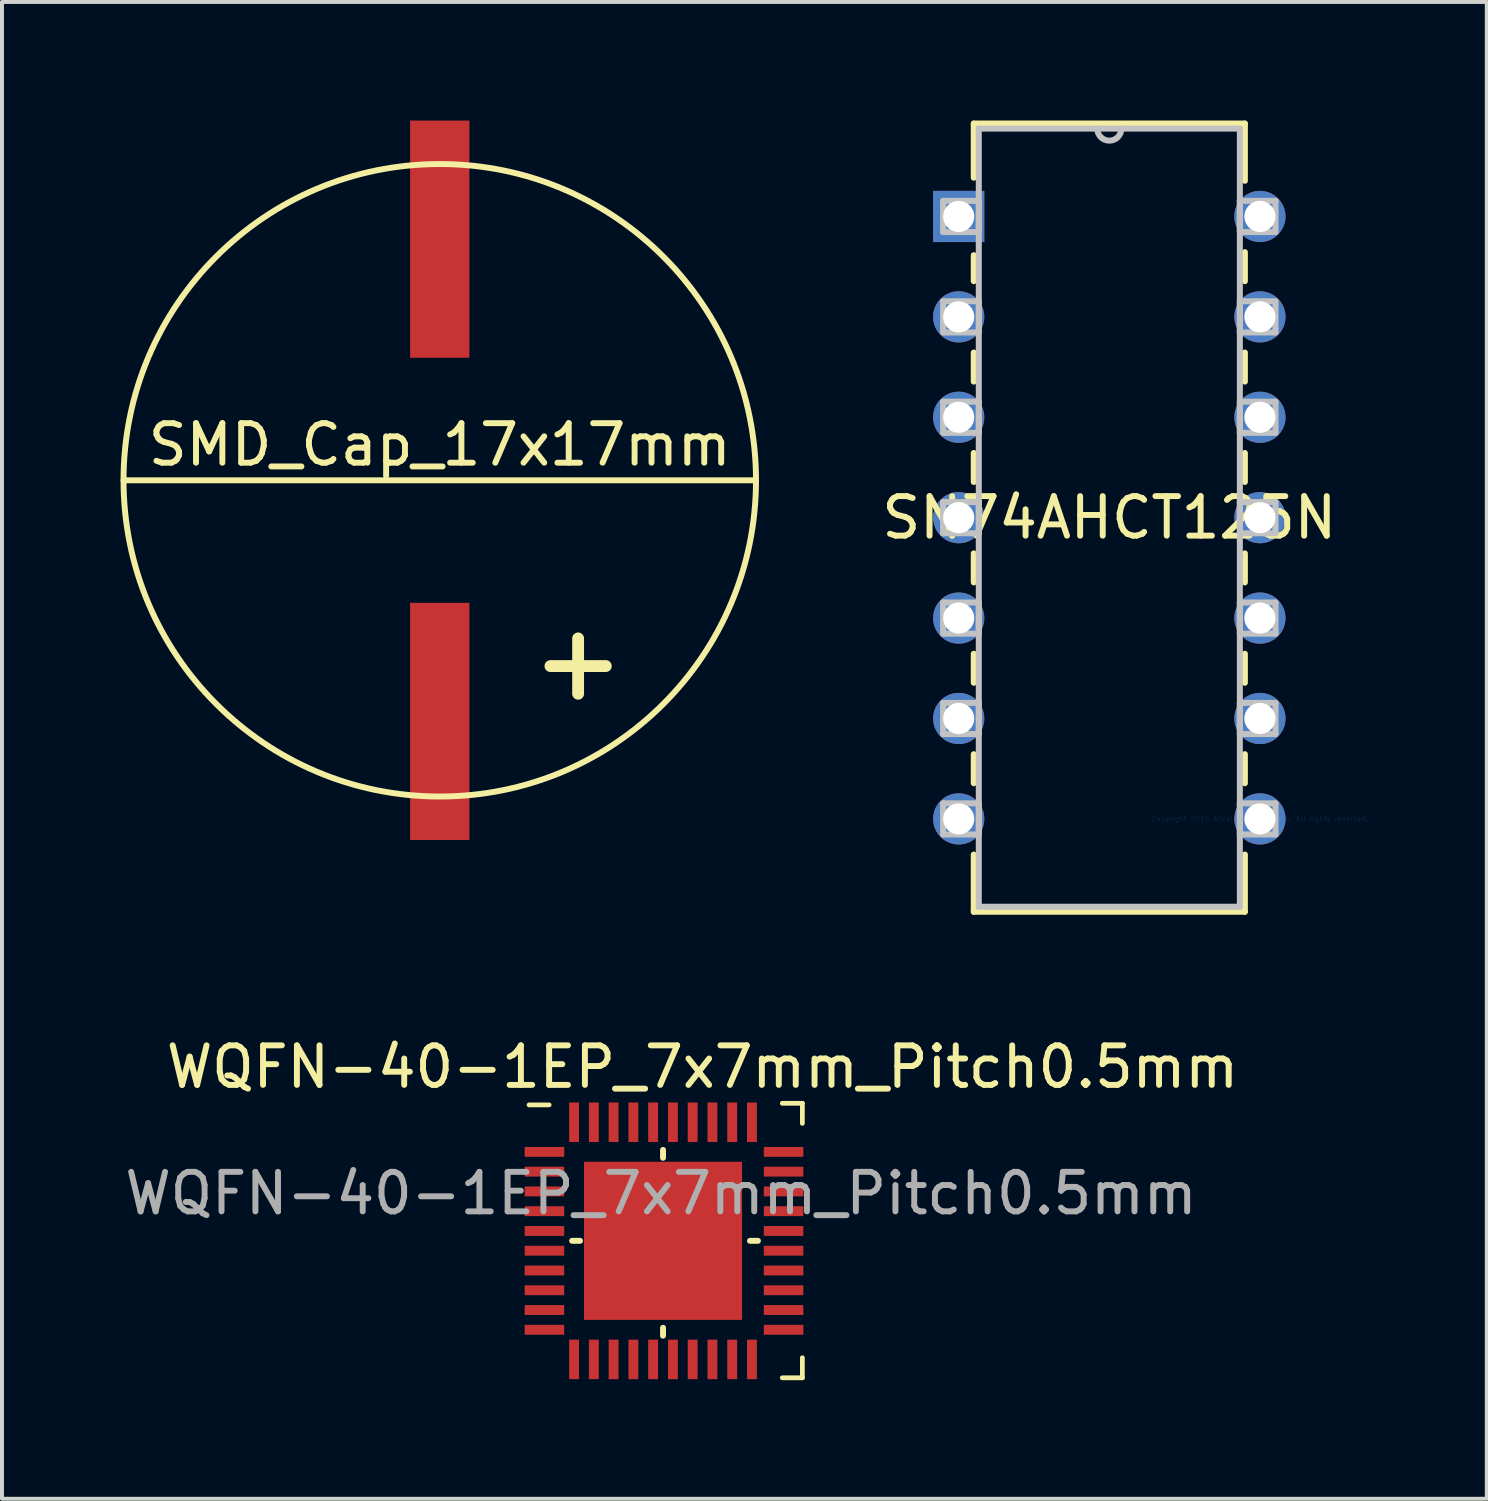
<source format=kicad_pcb>
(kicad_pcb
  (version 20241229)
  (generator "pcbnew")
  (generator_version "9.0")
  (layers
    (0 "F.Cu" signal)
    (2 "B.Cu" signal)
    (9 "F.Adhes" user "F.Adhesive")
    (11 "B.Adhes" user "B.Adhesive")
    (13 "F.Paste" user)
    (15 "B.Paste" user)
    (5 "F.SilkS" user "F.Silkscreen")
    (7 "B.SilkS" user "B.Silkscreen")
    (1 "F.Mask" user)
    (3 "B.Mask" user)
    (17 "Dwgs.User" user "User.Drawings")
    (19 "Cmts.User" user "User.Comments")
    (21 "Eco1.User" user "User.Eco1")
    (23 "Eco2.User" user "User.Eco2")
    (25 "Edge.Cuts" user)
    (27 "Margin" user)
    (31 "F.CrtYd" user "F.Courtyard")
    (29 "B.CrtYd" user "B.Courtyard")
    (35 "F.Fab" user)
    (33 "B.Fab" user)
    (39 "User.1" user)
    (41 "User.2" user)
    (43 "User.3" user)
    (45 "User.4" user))
  (footprint "SMD_Cap_17x17mm"
    (layer "F.Cu")
    (at 8.075 9.1)
    (property "Reference" "SMD_Cap_17x17mm" (at 0 -0.9 0) (layer "F.SilkS") (effects (font (size 1 1) (thickness 0.15))))
    (attr through_hole)
    (fp_line (start 3.5 4) (end 3.5 5.4) (stroke (width 0.3) (type solid)) (layer "F.SilkS"))
    (fp_line (start 4.2 4.7) (end 2.8 4.7) (stroke (width 0.3) (type solid)) (layer "F.SilkS"))
    (fp_line (start 8 0) (end -8 0) (stroke (width 0.15) (type solid)) (layer "F.SilkS"))
    (fp_circle (center 0 0) (end 8 0) (stroke (width 0.15) (type solid)) (fill no) (layer "F.SilkS"))
    (pad "1" smd rect (at 0 6.1) (size 1.5 6) (layers "F.Cu" "F.Mask" "F.Paste"))
    (pad "2" smd rect (at 0 -6.1) (size 1.5 6) (layers "F.Cu" "F.Mask" "F.Paste")))
  (footprint "WQFN-40-1EP_7x7mm_Pitch0.5mm"
    (layer "F.Cu")
    (at 11.723 28.34)
    (property "Reference" "WQFN-40-1EP_7x7mm_Pitch0.5mm" (at 3 -4.4 0) (layer "F.SilkS") (effects (font (size 1 1) (thickness 0.15))))
    (attr smd)
    (fp_line (start -0.881 -3.439) (end -1.389 -3.439) (stroke (width 0.12) (type solid)) (layer "F.SilkS"))
    (fp_line (start -0.1 0) (end -0.3 0) (stroke (width 0.15) (type solid)) (layer "F.SilkS"))
    (fp_line (start 2 -2.1) (end 2 -2.3) (stroke (width 0.15) (type solid)) (layer "F.SilkS"))
    (fp_line (start 2 2.2) (end 2 2.4) (stroke (width 0.15) (type solid)) (layer "F.SilkS"))
    (fp_line (start 4.2 0) (end 4.4 0) (stroke (width 0.15) (type solid)) (layer "F.SilkS"))
    (fp_line (start 5.017 -3.479) (end 5.525 -3.479) (stroke (width 0.12) (type solid)) (layer "F.SilkS"))
    (fp_line (start 5.525 -3.479) (end 5.525 -2.971) (stroke (width 0.12) (type solid)) (layer "F.SilkS"))
    (fp_line (start 5.525 2.957) (end 5.525 3.465) (stroke (width 0.12) (type solid)) (layer "F.SilkS"))
    (fp_line (start 5.525 3.465) (end 5.017 3.465) (stroke (width 0.12) (type solid)) (layer "F.SilkS"))
    (fp_text user "${REFERENCE}" (at 1.95 -1.2 0) (layer "F.Fab") (effects (font (size 1 1) (thickness 0.15))))
    (pad "1" smd rect (at -1 -2.25 90) (size 0.25 1) (layers "F.Cu" "F.Mask" "F.Paste"))
    (pad "2" smd rect (at -1 -1.75 90) (size 0.25 1) (layers "F.Cu" "F.Mask" "F.Paste"))
    (pad "3" smd rect (at -1 -1.25 90) (size 0.25 1) (layers "F.Cu" "F.Mask" "F.Paste"))
    (pad "4" smd rect (at -1 -0.75 90) (size 0.25 1) (layers "F.Cu" "F.Mask" "F.Paste"))
    (pad "5" smd rect (at -1 -0.25 90) (size 0.25 1) (layers "F.Cu" "F.Mask" "F.Paste"))
    (pad "6" smd rect (at -1 0.25 90) (size 0.25 1) (layers "F.Cu" "F.Mask" "F.Paste"))
    (pad "7" smd rect (at -1 0.75 90) (size 0.25 1) (layers "F.Cu" "F.Mask" "F.Paste"))
    (pad "8" smd rect (at -1 1.25 90) (size 0.25 1) (layers "F.Cu" "F.Mask" "F.Paste"))
    (pad "9" smd rect (at -1 1.75 90) (size 0.25 1) (layers "F.Cu" "F.Mask" "F.Paste"))
    (pad "10" smd rect (at -1 2.25 90) (size 0.25 1) (layers "F.Cu" "F.Mask" "F.Paste"))
    (pad "11" smd rect (at -0.25 3) (size 0.25 1) (layers "F.Cu" "F.Mask" "F.Paste"))
    (pad "12" smd rect (at 0.25 3) (size 0.25 1) (layers "F.Cu" "F.Mask" "F.Paste"))
    (pad "13" smd rect (at 0.75 3) (size 0.25 1) (layers "F.Cu" "F.Mask" "F.Paste"))
    (pad "14" smd rect (at 1.25 3) (size 0.25 1) (layers "F.Cu" "F.Mask" "F.Paste"))
    (pad "15" smd rect (at 1.75 3) (size 0.25 1) (layers "F.Cu" "F.Mask" "F.Paste"))
    (pad "16" smd rect (at 2.25 3) (size 0.25 1) (layers "F.Cu" "F.Mask" "F.Paste"))
    (pad "17" smd rect (at 2.75 3) (size 0.25 1) (layers "F.Cu" "F.Mask" "F.Paste"))
    (pad "18" smd rect (at 3.25 3) (size 0.25 1) (layers "F.Cu" "F.Mask" "F.Paste"))
    (pad "19" smd rect (at 3.75 3) (size 0.25 1) (layers "F.Cu" "F.Mask" "F.Paste"))
    (pad "20" smd rect (at 4.25 3) (size 0.25 1) (layers "F.Cu" "F.Mask" "F.Paste"))
    (pad "21" smd rect (at 5.05 2.25 90) (size 0.25 1) (layers "F.Cu" "F.Mask" "F.Paste"))
    (pad "22" smd rect (at 5.05 1.75 90) (size 0.25 1) (layers "F.Cu" "F.Mask" "F.Paste"))
    (pad "23" smd rect (at 5.05 1.25 90) (size 0.25 1) (layers "F.Cu" "F.Mask" "F.Paste"))
    (pad "24" smd rect (at 5.05 0.75 90) (size 0.25 1) (layers "F.Cu" "F.Mask" "F.Paste"))
    (pad "25" smd rect (at 5.05 0.25 90) (size 0.25 1) (layers "F.Cu" "F.Mask" "F.Paste"))
    (pad "26" smd rect (at 5.05 -0.25 90) (size 0.25 1) (layers "F.Cu" "F.Mask" "F.Paste"))
    (pad "27" smd rect (at 5.05 -0.75 90) (size 0.25 1) (layers "F.Cu" "F.Mask" "F.Paste"))
    (pad "28" smd rect (at 5.05 -1.25 90) (size 0.25 1) (layers "F.Cu" "F.Mask" "F.Paste"))
    (pad "29" smd rect (at 5.05 -1.75 90) (size 0.25 1) (layers "F.Cu" "F.Mask" "F.Paste"))
    (pad "30" smd rect (at 5.05 -2.25 90) (size 0.25 1) (layers "F.Cu" "F.Mask" "F.Paste"))
    (pad "31" smd rect (at 4.25 -3) (size 0.25 1) (layers "F.Cu" "F.Mask" "F.Paste"))
    (pad "32" smd rect (at 3.75 -3) (size 0.25 1) (layers "F.Cu" "F.Mask" "F.Paste"))
    (pad "33" smd rect (at 3.25 -3) (size 0.25 1) (layers "F.Cu" "F.Mask" "F.Paste"))
    (pad "34" smd rect (at 2.75 -3) (size 0.25 1) (layers "F.Cu" "F.Mask" "F.Paste"))
    (pad "35" smd rect (at 2.25 -3) (size 0.25 1) (layers "F.Cu" "F.Mask" "F.Paste"))
    (pad "36" smd rect (at 1.75 -3) (size 0.25 1) (layers "F.Cu" "F.Mask" "F.Paste"))
    (pad "37" smd rect (at 1.25 -3) (size 0.25 1) (layers "F.Cu" "F.Mask" "F.Paste"))
    (pad "38" smd rect (at 0.75 -3) (size 0.25 1) (layers "F.Cu" "F.Mask" "F.Paste"))
    (pad "39" smd rect (at 0.25 -3) (size 0.25 1) (layers "F.Cu" "F.Mask" "F.Paste"))
    (pad "40" smd rect (at -0.25 -3) (size 0.25 1) (layers "F.Cu" "F.Mask" "F.Paste"))
    (pad "41" smd rect (at 2 0) (size 4 4) (layers "F.Cu" "F.Mask" "F.Paste")))
  (footprint "SN74AHCT125N"
    (layer "F.Cu")
    (at 28.823 17.666)
    (property "Reference" "SN74AHCT125N" (at -3.81 -7.62 0) (layer "F.SilkS") (effects (font (size 1 1) (thickness 0.15))))
    (attr through_hole)
    (fp_line (start -7.239 -17.59) (end -7.239 -16.22) (stroke (width 0.152) (type solid)) (layer "F.SilkS"))
    (fp_line (start -7.239 -14.26) (end -7.239 -13.603) (stroke (width 0.152) (type solid)) (layer "F.SilkS"))
    (fp_line (start -7.239 -11.797) (end -7.239 -11.063) (stroke (width 0.152) (type solid)) (layer "F.SilkS"))
    (fp_line (start -7.239 -9.257) (end -7.239 -8.523) (stroke (width 0.152) (type solid)) (layer "F.SilkS"))
    (fp_line (start -7.239 -6.717) (end -7.239 -5.983) (stroke (width 0.152) (type solid)) (layer "F.SilkS"))
    (fp_line (start -7.239 -4.177) (end -7.239 -3.443) (stroke (width 0.152) (type solid)) (layer "F.SilkS"))
    (fp_line (start -7.239 -1.637) (end -7.239 -0.903) (stroke (width 0.152) (type solid)) (layer "F.SilkS"))
    (fp_line (start -7.239 0.903) (end -7.239 2.349) (stroke (width 0.152) (type solid)) (layer "F.SilkS"))
    (fp_line (start -7.239 2.349) (end -0.381 2.349) (stroke (width 0.152) (type solid)) (layer "F.SilkS"))
    (fp_line (start -0.381 -17.59) (end -7.239 -17.59) (stroke (width 0.152) (type solid)) (layer "F.SilkS"))
    (fp_line (start -0.381 -16.143) (end -0.381 -17.59) (stroke (width 0.152) (type solid)) (layer "F.SilkS"))
    (fp_line (start -0.381 -13.603) (end -0.381 -14.337) (stroke (width 0.152) (type solid)) (layer "F.SilkS"))
    (fp_line (start -0.381 -11.063) (end -0.381 -11.797) (stroke (width 0.152) (type solid)) (layer "F.SilkS"))
    (fp_line (start -0.381 -8.523) (end -0.381 -9.257) (stroke (width 0.152) (type solid)) (layer "F.SilkS"))
    (fp_line (start -0.381 -5.983) (end -0.381 -6.717) (stroke (width 0.152) (type solid)) (layer "F.SilkS"))
    (fp_line (start -0.381 -3.443) (end -0.381 -4.177) (stroke (width 0.152) (type solid)) (layer "F.SilkS"))
    (fp_line (start -0.381 -0.903) (end -0.381 -1.637) (stroke (width 0.152) (type solid)) (layer "F.SilkS"))
    (fp_line (start -0.381 2.349) (end -0.381 0.903) (stroke (width 0.152) (type solid)) (layer "F.SilkS"))
    (fp_line (start -8.014 -15.634) (end -8.014 -14.846) (stroke (width 0.152) (type solid)) (layer "Dwgs.User"))
    (fp_line (start -8.014 -14.846) (end -7.112 -14.846) (stroke (width 0.152) (type solid)) (layer "Dwgs.User"))
    (fp_line (start -8.014 -13.094) (end -8.014 -12.306) (stroke (width 0.152) (type solid)) (layer "Dwgs.User"))
    (fp_line (start -8.014 -12.306) (end -7.112 -12.306) (stroke (width 0.152) (type solid)) (layer "Dwgs.User"))
    (fp_line (start -8.014 -10.554) (end -8.014 -9.766) (stroke (width 0.152) (type solid)) (layer "Dwgs.User"))
    (fp_line (start -8.014 -9.766) (end -7.112 -9.766) (stroke (width 0.152) (type solid)) (layer "Dwgs.User"))
    (fp_line (start -8.014 -8.014) (end -8.014 -7.226) (stroke (width 0.152) (type solid)) (layer "Dwgs.User"))
    (fp_line (start -8.014 -7.226) (end -7.112 -7.226) (stroke (width 0.152) (type solid)) (layer "Dwgs.User"))
    (fp_line (start -8.014 -5.474) (end -8.014 -4.686) (stroke (width 0.152) (type solid)) (layer "Dwgs.User"))
    (fp_line (start -8.014 -4.686) (end -7.112 -4.686) (stroke (width 0.152) (type solid)) (layer "Dwgs.User"))
    (fp_line (start -8.014 -2.934) (end -8.014 -2.146) (stroke (width 0.152) (type solid)) (layer "Dwgs.User"))
    (fp_line (start -8.014 -2.146) (end -7.112 -2.146) (stroke (width 0.152) (type solid)) (layer "Dwgs.User"))
    (fp_line (start -8.014 -0.394) (end -8.014 0.394) (stroke (width 0.152) (type solid)) (layer "Dwgs.User"))
    (fp_line (start -8.014 0.394) (end -7.112 0.394) (stroke (width 0.152) (type solid)) (layer "Dwgs.User"))
    (fp_line (start -7.112 -17.462) (end -7.112 2.223) (stroke (width 0.152) (type solid)) (layer "Dwgs.User"))
    (fp_line (start -7.112 -15.634) (end -8.014 -15.634) (stroke (width 0.152) (type solid)) (layer "Dwgs.User"))
    (fp_line (start -7.112 -14.846) (end -7.112 -15.634) (stroke (width 0.152) (type solid)) (layer "Dwgs.User"))
    (fp_line (start -7.112 -13.094) (end -8.014 -13.094) (stroke (width 0.152) (type solid)) (layer "Dwgs.User"))
    (fp_line (start -7.112 -12.306) (end -7.112 -13.094) (stroke (width 0.152) (type solid)) (layer "Dwgs.User"))
    (fp_line (start -7.112 -10.554) (end -8.014 -10.554) (stroke (width 0.152) (type solid)) (layer "Dwgs.User"))
    (fp_line (start -7.112 -9.766) (end -7.112 -10.554) (stroke (width 0.152) (type solid)) (layer "Dwgs.User"))
    (fp_line (start -7.112 -8.014) (end -8.014 -8.014) (stroke (width 0.152) (type solid)) (layer "Dwgs.User"))
    (fp_line (start -7.112 -7.226) (end -7.112 -8.014) (stroke (width 0.152) (type solid)) (layer "Dwgs.User"))
    (fp_line (start -7.112 -5.474) (end -8.014 -5.474) (stroke (width 0.152) (type solid)) (layer "Dwgs.User"))
    (fp_line (start -7.112 -4.686) (end -7.112 -5.474) (stroke (width 0.152) (type solid)) (layer "Dwgs.User"))
    (fp_line (start -7.112 -2.934) (end -8.014 -2.934) (stroke (width 0.152) (type solid)) (layer "Dwgs.User"))
    (fp_line (start -7.112 -2.146) (end -7.112 -2.934) (stroke (width 0.152) (type solid)) (layer "Dwgs.User"))
    (fp_line (start -7.112 -0.394) (end -8.014 -0.394) (stroke (width 0.152) (type solid)) (layer "Dwgs.User"))
    (fp_line (start -7.112 0.394) (end -7.112 -0.394) (stroke (width 0.152) (type solid)) (layer "Dwgs.User"))
    (fp_line (start -7.112 2.223) (end -0.508 2.223) (stroke (width 0.152) (type solid)) (layer "Dwgs.User"))
    (fp_line (start -0.508 -17.462) (end -7.112 -17.462) (stroke (width 0.152) (type solid)) (layer "Dwgs.User"))
    (fp_line (start -0.508 -15.634) (end -0.508 -14.846) (stroke (width 0.152) (type solid)) (layer "Dwgs.User"))
    (fp_line (start -0.508 -14.846) (end 0.394 -14.846) (stroke (width 0.152) (type solid)) (layer "Dwgs.User"))
    (fp_line (start -0.508 -13.094) (end -0.508 -12.306) (stroke (width 0.152) (type solid)) (layer "Dwgs.User"))
    (fp_line (start -0.508 -12.306) (end 0.394 -12.306) (stroke (width 0.152) (type solid)) (layer "Dwgs.User"))
    (fp_line (start -0.508 -10.554) (end -0.508 -9.766) (stroke (width 0.152) (type solid)) (layer "Dwgs.User"))
    (fp_line (start -0.508 -9.766) (end 0.394 -9.766) (stroke (width 0.152) (type solid)) (layer "Dwgs.User"))
    (fp_line (start -0.508 -8.014) (end -0.508 -7.226) (stroke (width 0.152) (type solid)) (layer "Dwgs.User"))
    (fp_line (start -0.508 -7.226) (end 0.394 -7.226) (stroke (width 0.152) (type solid)) (layer "Dwgs.User"))
    (fp_line (start -0.508 -5.474) (end -0.508 -4.686) (stroke (width 0.152) (type solid)) (layer "Dwgs.User"))
    (fp_line (start -0.508 -4.686) (end 0.394 -4.686) (stroke (width 0.152) (type solid)) (layer "Dwgs.User"))
    (fp_line (start -0.508 -2.934) (end -0.508 -2.146) (stroke (width 0.152) (type solid)) (layer "Dwgs.User"))
    (fp_line (start -0.508 -2.146) (end 0.394 -2.146) (stroke (width 0.152) (type solid)) (layer "Dwgs.User"))
    (fp_line (start -0.508 -0.394) (end -0.508 0.394) (stroke (width 0.152) (type solid)) (layer "Dwgs.User"))
    (fp_line (start -0.508 0.394) (end 0.394 0.394) (stroke (width 0.152) (type solid)) (layer "Dwgs.User"))
    (fp_line (start -0.508 2.223) (end -0.508 -17.462) (stroke (width 0.152) (type solid)) (layer "Dwgs.User"))
    (fp_line (start 0.394 -15.634) (end -0.508 -15.634) (stroke (width 0.152) (type solid)) (layer "Dwgs.User"))
    (fp_line (start 0.394 -14.846) (end 0.394 -15.634) (stroke (width 0.152) (type solid)) (layer "Dwgs.User"))
    (fp_line (start 0.394 -13.094) (end -0.508 -13.094) (stroke (width 0.152) (type solid)) (layer "Dwgs.User"))
    (fp_line (start 0.394 -12.306) (end 0.394 -13.094) (stroke (width 0.152) (type solid)) (layer "Dwgs.User"))
    (fp_line (start 0.394 -10.554) (end -0.508 -10.554) (stroke (width 0.152) (type solid)) (layer "Dwgs.User"))
    (fp_line (start 0.394 -9.766) (end 0.394 -10.554) (stroke (width 0.152) (type solid)) (layer "Dwgs.User"))
    (fp_line (start 0.394 -8.014) (end -0.508 -8.014) (stroke (width 0.152) (type solid)) (layer "Dwgs.User"))
    (fp_line (start 0.394 -7.226) (end 0.394 -8.014) (stroke (width 0.152) (type solid)) (layer "Dwgs.User"))
    (fp_line (start 0.394 -5.474) (end -0.508 -5.474) (stroke (width 0.152) (type solid)) (layer "Dwgs.User"))
    (fp_line (start 0.394 -4.686) (end 0.394 -5.474) (stroke (width 0.152) (type solid)) (layer "Dwgs.User"))
    (fp_line (start 0.394 -2.934) (end -0.508 -2.934) (stroke (width 0.152) (type solid)) (layer "Dwgs.User"))
    (fp_line (start 0.394 -2.146) (end 0.394 -2.934) (stroke (width 0.152) (type solid)) (layer "Dwgs.User"))
    (fp_line (start 0.394 -0.394) (end -0.508 -0.394) (stroke (width 0.152) (type solid)) (layer "Dwgs.User"))
    (fp_line (start 0.394 0.394) (end 0.394 -0.394) (stroke (width 0.152) (type solid)) (layer "Dwgs.User"))
    (fp_arc (start -3.5052 -17.4625) (mid -3.81 -17.1577) (end -4.1148 -17.4625) (stroke (width 0.1524) (type solid)) (layer "Dwgs.User"))
    (fp_text user "Copyright 2016 Accelerated Designs. All rights reserved." (at 0 0 0) (layer "Cmts.User") (effects (font (size 0.127 0.127) (thickness 0.002))))
    (pad "1" thru_hole rect (at -7.62 -15.24) (size 1.295 1.295) (drill 0.787) (layers "*.Cu" "*.Mask"))
    (pad "2" thru_hole circle (at -7.62 -12.7) (size 1.295 1.295) (drill 0.787) (layers "*.Cu" "*.Mask"))
    (pad "3" thru_hole circle (at -7.62 -10.16) (size 1.295 1.295) (drill 0.787) (layers "*.Cu" "*.Mask"))
    (pad "4" thru_hole circle (at -7.62 -7.62) (size 1.295 1.295) (drill 0.787) (layers "*.Cu" "*.Mask"))
    (pad "5" thru_hole circle (at -7.62 -5.08) (size 1.295 1.295) (drill 0.787) (layers "*.Cu" "*.Mask"))
    (pad "6" thru_hole circle (at -7.62 -2.54) (size 1.295 1.295) (drill 0.787) (layers "*.Cu" "*.Mask"))
    (pad "7" thru_hole circle (at -7.62 0) (size 1.295 1.295) (drill 0.787) (layers "*.Cu" "*.Mask"))
    (pad "8" thru_hole circle (at 0 0) (size 1.295 1.295) (drill 0.787) (layers "*.Cu" "*.Mask"))
    (pad "9" thru_hole circle (at 0 -2.54) (size 1.295 1.295) (drill 0.787) (layers "*.Cu" "*.Mask"))
    (pad "10" thru_hole circle (at 0 -5.08) (size 1.295 1.295) (drill 0.787) (layers "*.Cu" "*.Mask"))
    (pad "11" thru_hole circle (at 0 -7.62) (size 1.295 1.295) (drill 0.787) (layers "*.Cu" "*.Mask"))
    (pad "12" thru_hole circle (at 0 -10.16) (size 1.295 1.295) (drill 0.787) (layers "*.Cu" "*.Mask"))
    (pad "13" thru_hole circle (at 0 -12.7) (size 1.295 1.295) (drill 0.787) (layers "*.Cu" "*.Mask"))
    (pad "14" thru_hole circle (at 0 -15.24) (size 1.295 1.295) (drill 0.787) (layers "*.Cu" "*.Mask")))
  (gr_rect
    (start -3 -3)
    (end 34.562 34.865)
    (stroke (width 0.1) (type default))
    (fill no)
    (layer "Edge.Cuts")))
</source>
